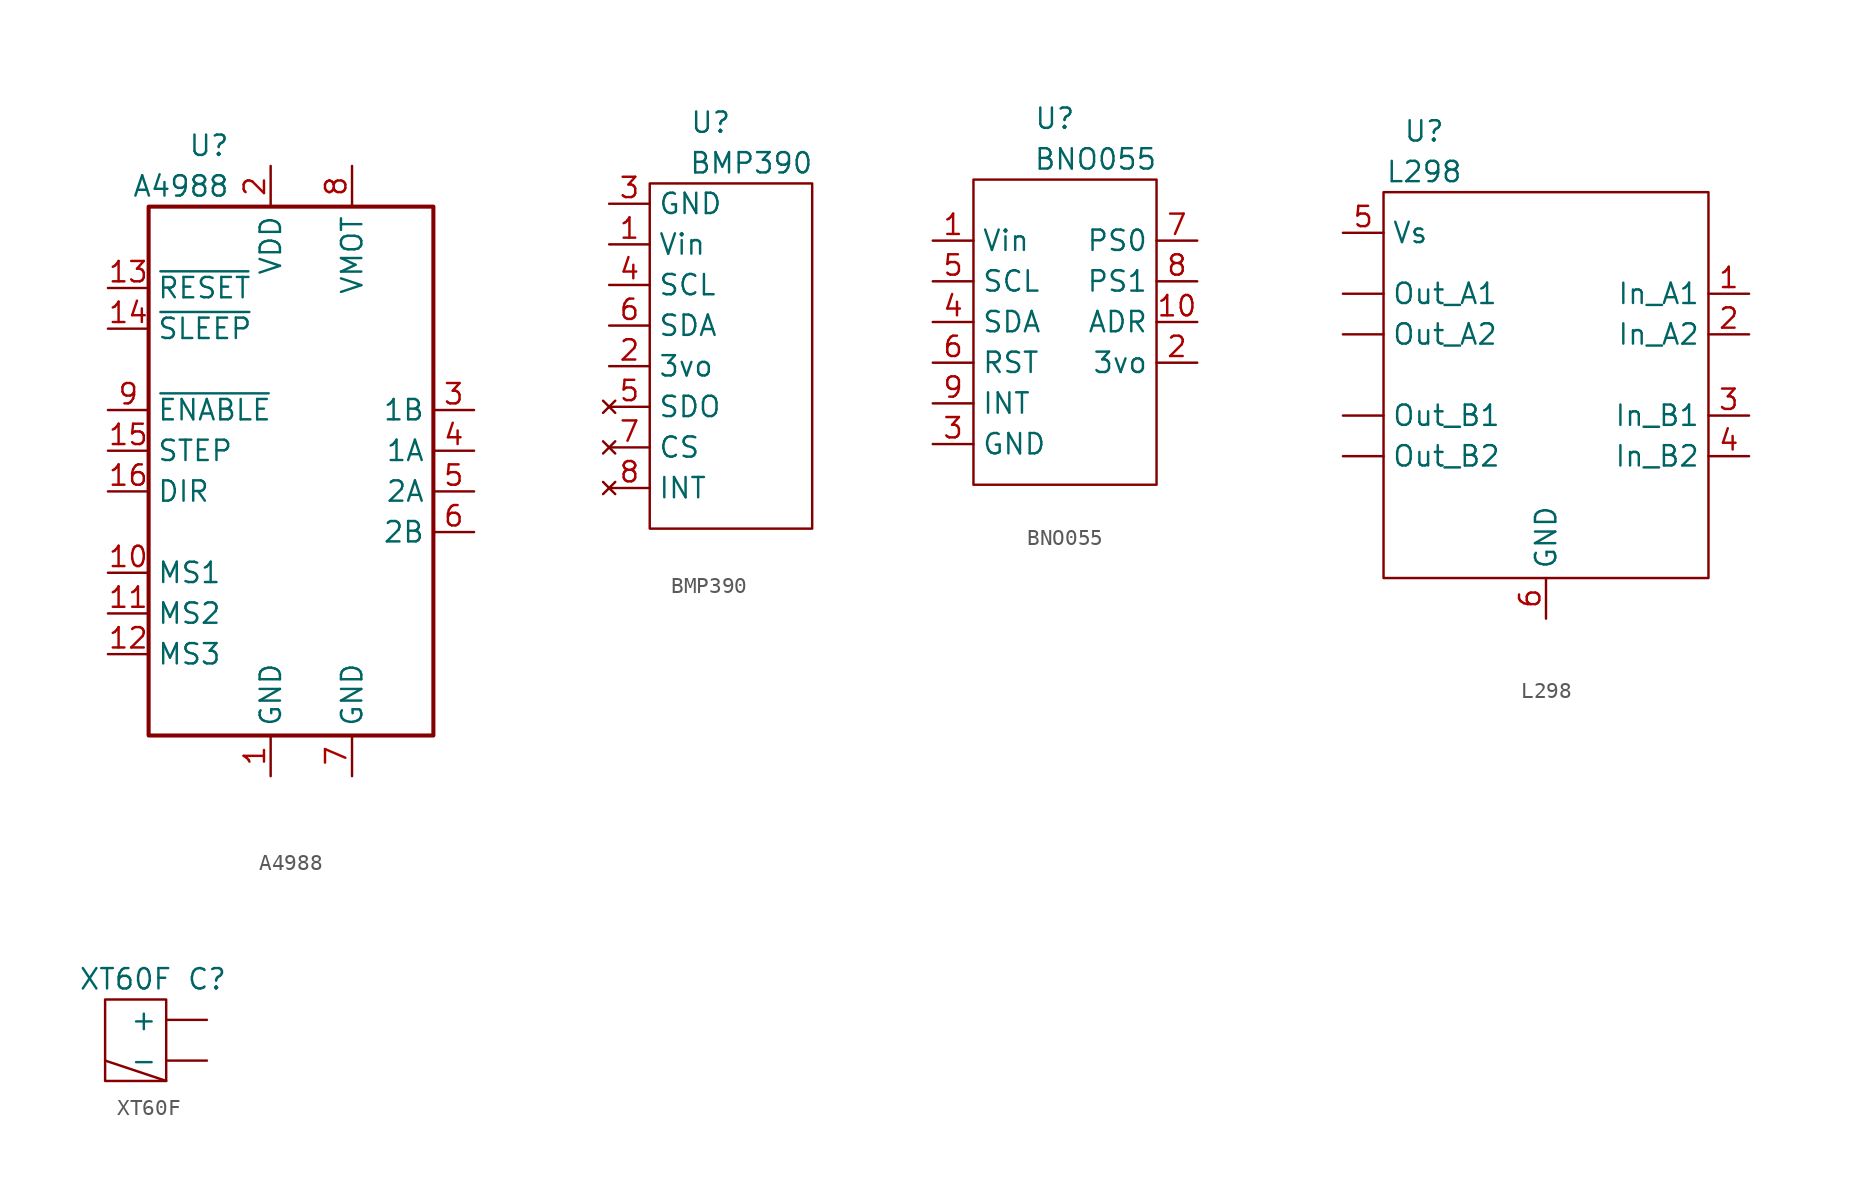
<source format=kicad_sym>
(kicad_symbol_lib
  (version 20211014)
  (generator kicad_symbol_editor)
  (symbol "A4988"
    (property "Reference" "U"
      (at -2.54 19.05 0)
      (effects (font (size 1.27 1.27)) (justify right)))
    (property "Value" "A4988"
      (at -2.54 16.51 0)
      (effects (font (size 1.27 1.27)) (justify right)))
    (symbol "A4988_0_1"
      (rectangle (start 10.16 -17.78) (end -7.62 15.24) (stroke (width 0.254) (type default) (color 0 0 0 0)) (fill (type none))))
    (symbol "A4988_1_1"
      (pin power_in line (at 0 -20.32 90) (length 2.54) (name "GND" (effects (font (size 1.27 1.27)))) (number "1" (effects (font (size 1.27 1.27)))))
      (pin input line (at -10.16 -7.62 0) (length 2.54) (name "MS1" (effects (font (size 1.27 1.27)))) (number "10" (effects (font (size 1.27 1.27)))))
      (pin input line (at -10.16 -10.16 0) (length 2.54) (name "MS2" (effects (font (size 1.27 1.27)))) (number "11" (effects (font (size 1.27 1.27)))))
      (pin input line (at -10.16 -12.7 0) (length 2.54) (name "MS3" (effects (font (size 1.27 1.27)))) (number "12" (effects (font (size 1.27 1.27)))))
      (pin input line (at -10.16 10.16 0) (length 2.54) (name "~{RESET}" (effects (font (size 1.27 1.27)))) (number "13" (effects (font (size 1.27 1.27)))))
      (pin input line (at -10.16 7.62 0) (length 2.54) (name "~{SLEEP}" (effects (font (size 1.27 1.27)))) (number "14" (effects (font (size 1.27 1.27)))))
      (pin input line (at -10.16 0 0) (length 2.54) (name "STEP" (effects (font (size 1.27 1.27)))) (number "15" (effects (font (size 1.27 1.27)))))
      (pin input line (at -10.16 -2.54 0) (length 2.54) (name "DIR" (effects (font (size 1.27 1.27)))) (number "16" (effects (font (size 1.27 1.27)))))
      (pin power_in line (at 0 17.78 270) (length 2.54) (name "VDD" (effects (font (size 1.27 1.27)))) (number "2" (effects (font (size 1.27 1.27)))))
      (pin output line (at 12.7 2.54 180) (length 2.54) (name "1B" (effects (font (size 1.27 1.27)))) (number "3" (effects (font (size 1.27 1.27)))))
      (pin output line (at 12.7 0 180) (length 2.54) (name "1A" (effects (font (size 1.27 1.27)))) (number "4" (effects (font (size 1.27 1.27)))))
      (pin output line (at 12.7 -2.54 180) (length 2.54) (name "2A" (effects (font (size 1.27 1.27)))) (number "5" (effects (font (size 1.27 1.27)))))
      (pin output line (at 12.7 -5.08 180) (length 2.54) (name "2B" (effects (font (size 1.27 1.27)))) (number "6" (effects (font (size 1.27 1.27)))))
      (pin power_in line (at 5.08 -20.32 90) (length 2.54) (name "GND" (effects (font (size 1.27 1.27)))) (number "7" (effects (font (size 1.27 1.27)))))
      (pin power_in line (at 5.08 17.78 270) (length 2.54) (name "VMOT" (effects (font (size 1.27 1.27)))) (number "8" (effects (font (size 1.27 1.27)))))
      (pin input line (at -10.16 2.54 0) (length 2.54) (name "~{ENABLE}" (effects (font (size 1.27 1.27)))) (number "9" (effects (font (size 1.27 1.27)))))))
  (symbol "BMP390"
    (property "Reference" "U"
      (at -6.35 3.81 0)
      (effects (font (size 1.27 1.27))))
    (property "Value" "BMP390"
      (at -3.81 1.27 0)
      (effects (font (size 1.27 1.27))))
    (symbol "BMP390_0_1"
      (rectangle (start -10.16 0) (end 0 -21.59) (stroke (width 0) (type default) (color 0 0 0 0)) (fill (type none))))
    (symbol "BMP390_1_1"
      (pin power_in line (at -12.7 -3.81 0) (length 2.54) (name "Vin" (effects (font (size 1.27 1.27)))) (number "1" (effects (font (size 1.27 1.27)))))
      (pin power_out line (at -12.7 -11.43 0) (length 2.54) (name "3vo" (effects (font (size 1.27 1.27)))) (number "2" (effects (font (size 1.27 1.27)))))
      (pin power_in line (at -12.7 -1.27 0) (length 2.54) (name "GND" (effects (font (size 1.27 1.27)))) (number "3" (effects (font (size 1.27 1.27)))))
      (pin input line (at -12.7 -6.35 0) (length 2.54) (name "SCL" (effects (font (size 1.27 1.27)))) (number "4" (effects (font (size 1.27 1.27)))))
      (pin no_connect line (at -12.7 -13.97 0) (length 2.54) (name "SDO" (effects (font (size 1.27 1.27)))) (number "5" (effects (font (size 1.27 1.27)))))
      (pin bidirectional line (at -12.7 -8.89 0) (length 2.54) (name "SDA" (effects (font (size 1.27 1.27)))) (number "6" (effects (font (size 1.27 1.27)))))
      (pin no_connect line (at -12.7 -16.51 0) (length 2.54) (name "CS" (effects (font (size 1.27 1.27)))) (number "7" (effects (font (size 1.27 1.27)))))
      (pin no_connect line (at -12.7 -19.05 0) (length 2.54) (name "INT" (effects (font (size 1.27 1.27)))) (number "8" (effects (font (size 1.27 1.27)))))))
  (symbol "BNO055"
    (property "Reference" "U"
      (at -6.35 3.81 0)
      (effects (font (size 1.27 1.27))))
    (property "Value" "BNO055"
      (at -3.81 1.27 0)
      (effects (font (size 1.27 1.27))))
    (symbol "BNO055_0_1"
      (rectangle (start -11.43 0) (end 0 -19.05) (stroke (width 0) (type default) (color 0 0 0 0)) (fill (type none))))
    (symbol "BNO055_1_1"
      (pin power_in line (at -13.97 -3.81 0) (length 2.54) (name "Vin" (effects (font (size 1.27 1.27)))) (number "1" (effects (font (size 1.27 1.27)))))
      (pin input line (at 2.54 -8.89 180) (length 2.54) (name "ADR" (effects (font (size 1.27 1.27)))) (number "10" (effects (font (size 1.27 1.27)))))
      (pin power_out line (at 2.54 -11.43 180) (length 2.54) (name "3vo" (effects (font (size 1.27 1.27)))) (number "2" (effects (font (size 1.27 1.27)))))
      (pin power_in line (at -13.97 -16.51 0) (length 2.54) (name "GND" (effects (font (size 1.27 1.27)))) (number "3" (effects (font (size 1.27 1.27)))))
      (pin bidirectional line (at -13.97 -8.89 0) (length 2.54) (name "SDA" (effects (font (size 1.27 1.27)))) (number "4" (effects (font (size 1.27 1.27)))))
      (pin input line (at -13.97 -6.35 0) (length 2.54) (name "SCL" (effects (font (size 1.27 1.27)))) (number "5" (effects (font (size 1.27 1.27)))))
      (pin input line (at -13.97 -11.43 0) (length 2.54) (name "RST" (effects (font (size 1.27 1.27)))) (number "6" (effects (font (size 1.27 1.27)))))
      (pin input line (at 2.54 -3.81 180) (length 2.54) (name "PS0" (effects (font (size 1.27 1.27)))) (number "7" (effects (font (size 1.27 1.27)))))
      (pin input line (at 2.54 -6.35 180) (length 2.54) (name "PS1" (effects (font (size 1.27 1.27)))) (number "8" (effects (font (size 1.27 1.27)))))
      (pin output line (at -13.97 -13.97 0) (length 2.54) (name "INT" (effects (font (size 1.27 1.27)))) (number "9" (effects (font (size 1.27 1.27)))))))
  (symbol "L298"
    (property "Reference" "U"
      (at 2.54 3.81 0)
      (effects (font (size 1.27 1.27))))
    (property "Value" "L298"
      (at 2.54 1.27 0)
      (effects (font (size 1.27 1.27))))
    (symbol "L298_0_0"
      (rectangle (start 0 0) (end 20.32 -24.13) (stroke (width 0) (type default) (color 0 0 0 0)) (fill (type none))))
    (symbol "L298_1_1"
      (pin output line (at -2.54 -6.35 0) (length 2.54) (name "Out_A1" (effects (font (size 1.27 1.27)))) (number "" (effects (font (size 1.27 1.27)))))
      (pin output line (at -2.54 -8.89 0) (length 2.54) (name "Out_A2" (effects (font (size 1.27 1.27)))) (number "" (effects (font (size 1.27 1.27)))))
      (pin output line (at -2.54 -13.97 0) (length 2.54) (name "Out_B1" (effects (font (size 1.27 1.27)))) (number "" (effects (font (size 1.27 1.27)))))
      (pin output line (at -2.54 -16.51 0) (length 2.54) (name "Out_B2" (effects (font (size 1.27 1.27)))) (number "" (effects (font (size 1.27 1.27)))))
      (pin input line (at 22.86 -6.35 180) (length 2.54) (name "In_A1" (effects (font (size 1.27 1.27)))) (number "1" (effects (font (size 1.27 1.27)))))
      (pin input line (at 22.86 -8.89 180) (length 2.54) (name "In_A2" (effects (font (size 1.27 1.27)))) (number "2" (effects (font (size 1.27 1.27)))))
      (pin input line (at 22.86 -13.97 180) (length 2.54) (name "In_B1" (effects (font (size 1.27 1.27)))) (number "3" (effects (font (size 1.27 1.27)))))
      (pin input line (at 22.86 -16.51 180) (length 2.54) (name "In_B2" (effects (font (size 1.27 1.27)))) (number "4" (effects (font (size 1.27 1.27)))))
      (pin power_in line (at -2.54 -2.54 0) (length 2.54) (name "Vs" (effects (font (size 1.27 1.27)))) (number "5" (effects (font (size 1.27 1.27)))))
      (pin power_in line (at 10.16 -26.67 90) (length 2.54) (name "GND" (effects (font (size 1.27 1.27)))) (number "6" (effects (font (size 1.27 1.27)))))))
  (symbol "XT60F"
    (property "Reference" "C"
      (at 6.35 2.54 0)
      (effects (font (size 1.27 1.27))))
    (property "Value" "XT60F"
      (at 1.27 2.54 0)
      (effects (font (size 1.27 1.27))))
    (symbol "XT60F_0_1"
      (polyline (pts (xy 3.81 -3.81) (xy 0 -2.54)) (stroke (width 0) (type default) (color 0 0 0 0)) (fill (type none)))
      (rectangle (start 0 1.27) (end 3.81 -3.81) (stroke (width 0) (type default) (color 0 0 0 0)) (fill (type none))))
    (symbol "XT60F_1_1"
      (pin passive line (at 6.35 0 180) (length 2.54) (name "+" (effects (font (size 1.27 1.27)))) (number "" (effects (font (size 1.27 1.27)))))
      (pin passive line (at 6.35 -2.54 180) (length 2.54) (name "-" (effects (font (size 1.27 1.27)))) (number "" (effects (font (size 1.27 1.27))))))))
</source>
